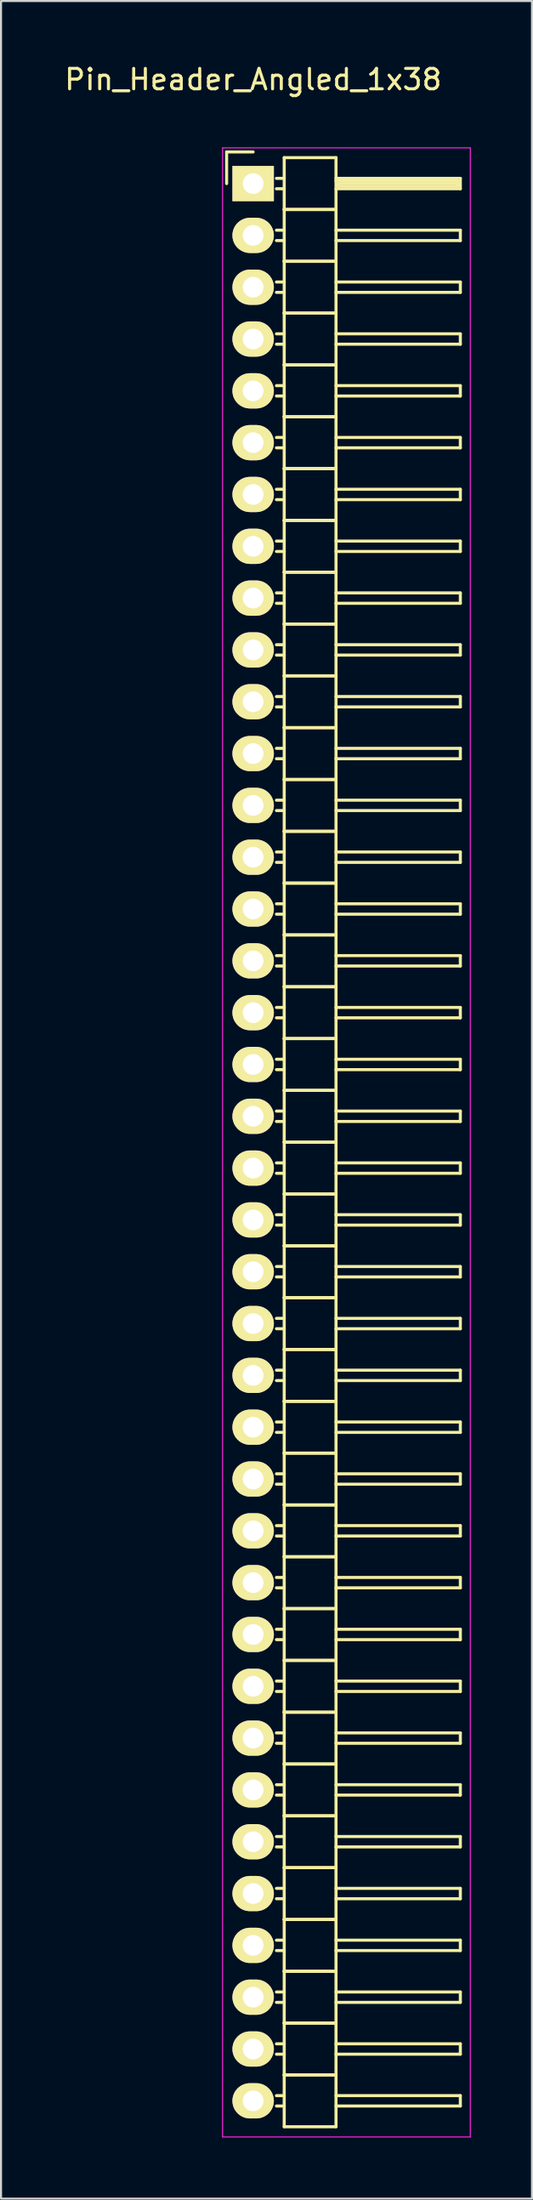
<source format=kicad_pcb>
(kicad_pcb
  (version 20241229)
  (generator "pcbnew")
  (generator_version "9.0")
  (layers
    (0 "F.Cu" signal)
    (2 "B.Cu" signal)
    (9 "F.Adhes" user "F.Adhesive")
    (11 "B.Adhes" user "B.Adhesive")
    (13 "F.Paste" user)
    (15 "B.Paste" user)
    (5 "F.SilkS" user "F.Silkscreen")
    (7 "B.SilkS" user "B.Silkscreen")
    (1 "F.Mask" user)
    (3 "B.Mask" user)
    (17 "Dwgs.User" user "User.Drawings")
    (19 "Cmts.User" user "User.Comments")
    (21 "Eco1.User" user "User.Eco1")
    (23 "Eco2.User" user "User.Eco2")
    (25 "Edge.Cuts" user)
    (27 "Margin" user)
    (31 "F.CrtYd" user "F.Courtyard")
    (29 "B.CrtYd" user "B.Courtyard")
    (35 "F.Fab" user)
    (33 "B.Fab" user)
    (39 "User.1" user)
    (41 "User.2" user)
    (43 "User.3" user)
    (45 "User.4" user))
  (footprint "Pin_Header_Angled_1x38"
    (layer "F.Cu")
    (at 9.363 5.948)
    (property "Reference" "Pin_Header_Angled_1x38" (at 0 -5.1 0) (layer "F.SilkS") (effects (font (size 1 1) (thickness 0.15))))
    (attr through_hole)
    (fp_line (start -1.3 -1.55) (end -1.3 0) (stroke (width 0.15) (type solid)) (layer "F.SilkS"))
    (fp_line (start 0 -1.55) (end -1.3 -1.55) (stroke (width 0.15) (type solid)) (layer "F.SilkS"))
    (fp_line (start 1.524 -1.27) (end 1.524 1.27) (stroke (width 0.15) (type solid)) (layer "F.SilkS"))
    (fp_line (start 1.524 -1.27) (end 4.064 -1.27) (stroke (width 0.15) (type solid)) (layer "F.SilkS"))
    (fp_line (start 1.524 -0.254) (end 1.143 -0.254) (stroke (width 0.15) (type solid)) (layer "F.SilkS"))
    (fp_line (start 1.524 0.254) (end 1.143 0.254) (stroke (width 0.15) (type solid)) (layer "F.SilkS"))
    (fp_line (start 1.524 1.27) (end 1.524 3.81) (stroke (width 0.15) (type solid)) (layer "F.SilkS"))
    (fp_line (start 1.524 1.27) (end 4.064 1.27) (stroke (width 0.15) (type solid)) (layer "F.SilkS"))
    (fp_line (start 1.524 1.27) (end 4.064 1.27) (stroke (width 0.15) (type solid)) (layer "F.SilkS"))
    (fp_line (start 1.524 2.286) (end 1.143 2.286) (stroke (width 0.15) (type solid)) (layer "F.SilkS"))
    (fp_line (start 1.524 2.794) (end 1.143 2.794) (stroke (width 0.15) (type solid)) (layer "F.SilkS"))
    (fp_line (start 1.524 3.81) (end 1.524 6.35) (stroke (width 0.15) (type solid)) (layer "F.SilkS"))
    (fp_line (start 1.524 3.81) (end 4.064 3.81) (stroke (width 0.15) (type solid)) (layer "F.SilkS"))
    (fp_line (start 1.524 3.81) (end 4.064 3.81) (stroke (width 0.15) (type solid)) (layer "F.SilkS"))
    (fp_line (start 1.524 4.826) (end 1.143 4.826) (stroke (width 0.15) (type solid)) (layer "F.SilkS"))
    (fp_line (start 1.524 5.334) (end 1.143 5.334) (stroke (width 0.15) (type solid)) (layer "F.SilkS"))
    (fp_line (start 1.524 6.35) (end 1.524 8.89) (stroke (width 0.15) (type solid)) (layer "F.SilkS"))
    (fp_line (start 1.524 6.35) (end 4.064 6.35) (stroke (width 0.15) (type solid)) (layer "F.SilkS"))
    (fp_line (start 1.524 6.35) (end 4.064 6.35) (stroke (width 0.15) (type solid)) (layer "F.SilkS"))
    (fp_line (start 1.524 7.366) (end 1.143 7.366) (stroke (width 0.15) (type solid)) (layer "F.SilkS"))
    (fp_line (start 1.524 7.874) (end 1.143 7.874) (stroke (width 0.15) (type solid)) (layer "F.SilkS"))
    (fp_line (start 1.524 8.89) (end 1.524 11.43) (stroke (width 0.15) (type solid)) (layer "F.SilkS"))
    (fp_line (start 1.524 8.89) (end 4.064 8.89) (stroke (width 0.15) (type solid)) (layer "F.SilkS"))
    (fp_line (start 1.524 8.89) (end 4.064 8.89) (stroke (width 0.15) (type solid)) (layer "F.SilkS"))
    (fp_line (start 1.524 9.906) (end 1.143 9.906) (stroke (width 0.15) (type solid)) (layer "F.SilkS"))
    (fp_line (start 1.524 10.414) (end 1.143 10.414) (stroke (width 0.15) (type solid)) (layer "F.SilkS"))
    (fp_line (start 1.524 11.43) (end 1.524 13.97) (stroke (width 0.15) (type solid)) (layer "F.SilkS"))
    (fp_line (start 1.524 11.43) (end 4.064 11.43) (stroke (width 0.15) (type solid)) (layer "F.SilkS"))
    (fp_line (start 1.524 11.43) (end 4.064 11.43) (stroke (width 0.15) (type solid)) (layer "F.SilkS"))
    (fp_line (start 1.524 12.446) (end 1.143 12.446) (stroke (width 0.15) (type solid)) (layer "F.SilkS"))
    (fp_line (start 1.524 12.954) (end 1.143 12.954) (stroke (width 0.15) (type solid)) (layer "F.SilkS"))
    (fp_line (start 1.524 13.97) (end 1.524 16.51) (stroke (width 0.15) (type solid)) (layer "F.SilkS"))
    (fp_line (start 1.524 13.97) (end 4.064 13.97) (stroke (width 0.15) (type solid)) (layer "F.SilkS"))
    (fp_line (start 1.524 13.97) (end 4.064 13.97) (stroke (width 0.15) (type solid)) (layer "F.SilkS"))
    (fp_line (start 1.524 14.986) (end 1.143 14.986) (stroke (width 0.15) (type solid)) (layer "F.SilkS"))
    (fp_line (start 1.524 15.494) (end 1.143 15.494) (stroke (width 0.15) (type solid)) (layer "F.SilkS"))
    (fp_line (start 1.524 16.51) (end 1.524 19.05) (stroke (width 0.15) (type solid)) (layer "F.SilkS"))
    (fp_line (start 1.524 16.51) (end 4.064 16.51) (stroke (width 0.15) (type solid)) (layer "F.SilkS"))
    (fp_line (start 1.524 16.51) (end 4.064 16.51) (stroke (width 0.15) (type solid)) (layer "F.SilkS"))
    (fp_line (start 1.524 17.526) (end 1.143 17.526) (stroke (width 0.15) (type solid)) (layer "F.SilkS"))
    (fp_line (start 1.524 18.034) (end 1.143 18.034) (stroke (width 0.15) (type solid)) (layer "F.SilkS"))
    (fp_line (start 1.524 19.05) (end 1.524 21.59) (stroke (width 0.15) (type solid)) (layer "F.SilkS"))
    (fp_line (start 1.524 19.05) (end 4.064 19.05) (stroke (width 0.15) (type solid)) (layer "F.SilkS"))
    (fp_line (start 1.524 19.05) (end 4.064 19.05) (stroke (width 0.15) (type solid)) (layer "F.SilkS"))
    (fp_line (start 1.524 20.066) (end 1.143 20.066) (stroke (width 0.15) (type solid)) (layer "F.SilkS"))
    (fp_line (start 1.524 20.574) (end 1.143 20.574) (stroke (width 0.15) (type solid)) (layer "F.SilkS"))
    (fp_line (start 1.524 21.59) (end 1.524 24.13) (stroke (width 0.15) (type solid)) (layer "F.SilkS"))
    (fp_line (start 1.524 21.59) (end 4.064 21.59) (stroke (width 0.15) (type solid)) (layer "F.SilkS"))
    (fp_line (start 1.524 21.59) (end 4.064 21.59) (stroke (width 0.15) (type solid)) (layer "F.SilkS"))
    (fp_line (start 1.524 22.606) (end 1.143 22.606) (stroke (width 0.15) (type solid)) (layer "F.SilkS"))
    (fp_line (start 1.524 23.114) (end 1.143 23.114) (stroke (width 0.15) (type solid)) (layer "F.SilkS"))
    (fp_line (start 1.524 24.13) (end 1.524 26.67) (stroke (width 0.15) (type solid)) (layer "F.SilkS"))
    (fp_line (start 1.524 24.13) (end 4.064 24.13) (stroke (width 0.15) (type solid)) (layer "F.SilkS"))
    (fp_line (start 1.524 24.13) (end 4.064 24.13) (stroke (width 0.15) (type solid)) (layer "F.SilkS"))
    (fp_line (start 1.524 25.146) (end 1.143 25.146) (stroke (width 0.15) (type solid)) (layer "F.SilkS"))
    (fp_line (start 1.524 25.654) (end 1.143 25.654) (stroke (width 0.15) (type solid)) (layer "F.SilkS"))
    (fp_line (start 1.524 26.67) (end 1.524 29.21) (stroke (width 0.15) (type solid)) (layer "F.SilkS"))
    (fp_line (start 1.524 26.67) (end 4.064 26.67) (stroke (width 0.15) (type solid)) (layer "F.SilkS"))
    (fp_line (start 1.524 26.67) (end 4.064 26.67) (stroke (width 0.15) (type solid)) (layer "F.SilkS"))
    (fp_line (start 1.524 27.686) (end 1.143 27.686) (stroke (width 0.15) (type solid)) (layer "F.SilkS"))
    (fp_line (start 1.524 28.194) (end 1.143 28.194) (stroke (width 0.15) (type solid)) (layer "F.SilkS"))
    (fp_line (start 1.524 29.21) (end 1.524 31.75) (stroke (width 0.15) (type solid)) (layer "F.SilkS"))
    (fp_line (start 1.524 29.21) (end 4.064 29.21) (stroke (width 0.15) (type solid)) (layer "F.SilkS"))
    (fp_line (start 1.524 29.21) (end 4.064 29.21) (stroke (width 0.15) (type solid)) (layer "F.SilkS"))
    (fp_line (start 1.524 30.226) (end 1.143 30.226) (stroke (width 0.15) (type solid)) (layer "F.SilkS"))
    (fp_line (start 1.524 30.734) (end 1.143 30.734) (stroke (width 0.15) (type solid)) (layer "F.SilkS"))
    (fp_line (start 1.524 31.75) (end 1.524 34.29) (stroke (width 0.15) (type solid)) (layer "F.SilkS"))
    (fp_line (start 1.524 31.75) (end 4.064 31.75) (stroke (width 0.15) (type solid)) (layer "F.SilkS"))
    (fp_line (start 1.524 31.75) (end 4.064 31.75) (stroke (width 0.15) (type solid)) (layer "F.SilkS"))
    (fp_line (start 1.524 32.766) (end 1.143 32.766) (stroke (width 0.15) (type solid)) (layer "F.SilkS"))
    (fp_line (start 1.524 33.274) (end 1.143 33.274) (stroke (width 0.15) (type solid)) (layer "F.SilkS"))
    (fp_line (start 1.524 34.29) (end 1.524 36.83) (stroke (width 0.15) (type solid)) (layer "F.SilkS"))
    (fp_line (start 1.524 34.29) (end 4.064 34.29) (stroke (width 0.15) (type solid)) (layer "F.SilkS"))
    (fp_line (start 1.524 34.29) (end 4.064 34.29) (stroke (width 0.15) (type solid)) (layer "F.SilkS"))
    (fp_line (start 1.524 35.306) (end 1.143 35.306) (stroke (width 0.15) (type solid)) (layer "F.SilkS"))
    (fp_line (start 1.524 35.814) (end 1.143 35.814) (stroke (width 0.15) (type solid)) (layer "F.SilkS"))
    (fp_line (start 1.524 36.83) (end 1.524 39.37) (stroke (width 0.15) (type solid)) (layer "F.SilkS"))
    (fp_line (start 1.524 36.83) (end 4.064 36.83) (stroke (width 0.15) (type solid)) (layer "F.SilkS"))
    (fp_line (start 1.524 36.83) (end 4.064 36.83) (stroke (width 0.15) (type solid)) (layer "F.SilkS"))
    (fp_line (start 1.524 37.846) (end 1.143 37.846) (stroke (width 0.15) (type solid)) (layer "F.SilkS"))
    (fp_line (start 1.524 38.354) (end 1.143 38.354) (stroke (width 0.15) (type solid)) (layer "F.SilkS"))
    (fp_line (start 1.524 39.37) (end 1.524 41.91) (stroke (width 0.15) (type solid)) (layer "F.SilkS"))
    (fp_line (start 1.524 39.37) (end 4.064 39.37) (stroke (width 0.15) (type solid)) (layer "F.SilkS"))
    (fp_line (start 1.524 39.37) (end 4.064 39.37) (stroke (width 0.15) (type solid)) (layer "F.SilkS"))
    (fp_line (start 1.524 40.386) (end 1.143 40.386) (stroke (width 0.15) (type solid)) (layer "F.SilkS"))
    (fp_line (start 1.524 40.894) (end 1.143 40.894) (stroke (width 0.15) (type solid)) (layer "F.SilkS"))
    (fp_line (start 1.524 41.91) (end 1.524 44.45) (stroke (width 0.15) (type solid)) (layer "F.SilkS"))
    (fp_line (start 1.524 41.91) (end 4.064 41.91) (stroke (width 0.15) (type solid)) (layer "F.SilkS"))
    (fp_line (start 1.524 41.91) (end 4.064 41.91) (stroke (width 0.15) (type solid)) (layer "F.SilkS"))
    (fp_line (start 1.524 42.926) (end 1.143 42.926) (stroke (width 0.15) (type solid)) (layer "F.SilkS"))
    (fp_line (start 1.524 43.434) (end 1.143 43.434) (stroke (width 0.15) (type solid)) (layer "F.SilkS"))
    (fp_line (start 1.524 44.45) (end 1.524 46.99) (stroke (width 0.15) (type solid)) (layer "F.SilkS"))
    (fp_line (start 1.524 44.45) (end 4.064 44.45) (stroke (width 0.15) (type solid)) (layer "F.SilkS"))
    (fp_line (start 1.524 44.45) (end 4.064 44.45) (stroke (width 0.15) (type solid)) (layer "F.SilkS"))
    (fp_line (start 1.524 45.466) (end 1.143 45.466) (stroke (width 0.15) (type solid)) (layer "F.SilkS"))
    (fp_line (start 1.524 45.974) (end 1.143 45.974) (stroke (width 0.15) (type solid)) (layer "F.SilkS"))
    (fp_line (start 1.524 46.99) (end 1.524 49.53) (stroke (width 0.15) (type solid)) (layer "F.SilkS"))
    (fp_line (start 1.524 46.99) (end 4.064 46.99) (stroke (width 0.15) (type solid)) (layer "F.SilkS"))
    (fp_line (start 1.524 46.99) (end 4.064 46.99) (stroke (width 0.15) (type solid)) (layer "F.SilkS"))
    (fp_line (start 1.524 48.006) (end 1.143 48.006) (stroke (width 0.15) (type solid)) (layer "F.SilkS"))
    (fp_line (start 1.524 48.514) (end 1.143 48.514) (stroke (width 0.15) (type solid)) (layer "F.SilkS"))
    (fp_line (start 1.524 49.53) (end 1.524 52.07) (stroke (width 0.15) (type solid)) (layer "F.SilkS"))
    (fp_line (start 1.524 49.53) (end 4.064 49.53) (stroke (width 0.15) (type solid)) (layer "F.SilkS"))
    (fp_line (start 1.524 49.53) (end 4.064 49.53) (stroke (width 0.15) (type solid)) (layer "F.SilkS"))
    (fp_line (start 1.524 50.546) (end 1.143 50.546) (stroke (width 0.15) (type solid)) (layer "F.SilkS"))
    (fp_line (start 1.524 51.054) (end 1.143 51.054) (stroke (width 0.15) (type solid)) (layer "F.SilkS"))
    (fp_line (start 1.524 52.07) (end 1.524 54.61) (stroke (width 0.15) (type solid)) (layer "F.SilkS"))
    (fp_line (start 1.524 52.07) (end 4.064 52.07) (stroke (width 0.15) (type solid)) (layer "F.SilkS"))
    (fp_line (start 1.524 52.07) (end 4.064 52.07) (stroke (width 0.15) (type solid)) (layer "F.SilkS"))
    (fp_line (start 1.524 53.086) (end 1.143 53.086) (stroke (width 0.15) (type solid)) (layer "F.SilkS"))
    (fp_line (start 1.524 53.594) (end 1.143 53.594) (stroke (width 0.15) (type solid)) (layer "F.SilkS"))
    (fp_line (start 1.524 54.61) (end 1.524 57.15) (stroke (width 0.15) (type solid)) (layer "F.SilkS"))
    (fp_line (start 1.524 54.61) (end 4.064 54.61) (stroke (width 0.15) (type solid)) (layer "F.SilkS"))
    (fp_line (start 1.524 54.61) (end 4.064 54.61) (stroke (width 0.15) (type solid)) (layer "F.SilkS"))
    (fp_line (start 1.524 55.626) (end 1.143 55.626) (stroke (width 0.15) (type solid)) (layer "F.SilkS"))
    (fp_line (start 1.524 56.134) (end 1.143 56.134) (stroke (width 0.15) (type solid)) (layer "F.SilkS"))
    (fp_line (start 1.524 57.15) (end 1.524 59.69) (stroke (width 0.15) (type solid)) (layer "F.SilkS"))
    (fp_line (start 1.524 57.15) (end 4.064 57.15) (stroke (width 0.15) (type solid)) (layer "F.SilkS"))
    (fp_line (start 1.524 57.15) (end 4.064 57.15) (stroke (width 0.15) (type solid)) (layer "F.SilkS"))
    (fp_line (start 1.524 58.166) (end 1.143 58.166) (stroke (width 0.15) (type solid)) (layer "F.SilkS"))
    (fp_line (start 1.524 58.674) (end 1.143 58.674) (stroke (width 0.15) (type solid)) (layer "F.SilkS"))
    (fp_line (start 1.524 59.69) (end 1.524 62.23) (stroke (width 0.15) (type solid)) (layer "F.SilkS"))
    (fp_line (start 1.524 59.69) (end 4.064 59.69) (stroke (width 0.15) (type solid)) (layer "F.SilkS"))
    (fp_line (start 1.524 59.69) (end 4.064 59.69) (stroke (width 0.15) (type solid)) (layer "F.SilkS"))
    (fp_line (start 1.524 60.706) (end 1.143 60.706) (stroke (width 0.15) (type solid)) (layer "F.SilkS"))
    (fp_line (start 1.524 61.214) (end 1.143 61.214) (stroke (width 0.15) (type solid)) (layer "F.SilkS"))
    (fp_line (start 1.524 62.23) (end 1.524 64.77) (stroke (width 0.15) (type solid)) (layer "F.SilkS"))
    (fp_line (start 1.524 62.23) (end 4.064 62.23) (stroke (width 0.15) (type solid)) (layer "F.SilkS"))
    (fp_line (start 1.524 62.23) (end 4.064 62.23) (stroke (width 0.15) (type solid)) (layer "F.SilkS"))
    (fp_line (start 1.524 63.246) (end 1.143 63.246) (stroke (width 0.15) (type solid)) (layer "F.SilkS"))
    (fp_line (start 1.524 63.754) (end 1.143 63.754) (stroke (width 0.15) (type solid)) (layer "F.SilkS"))
    (fp_line (start 1.524 64.77) (end 1.524 67.31) (stroke (width 0.15) (type solid)) (layer "F.SilkS"))
    (fp_line (start 1.524 64.77) (end 4.064 64.77) (stroke (width 0.15) (type solid)) (layer "F.SilkS"))
    (fp_line (start 1.524 64.77) (end 4.064 64.77) (stroke (width 0.15) (type solid)) (layer "F.SilkS"))
    (fp_line (start 1.524 65.786) (end 1.143 65.786) (stroke (width 0.15) (type solid)) (layer "F.SilkS"))
    (fp_line (start 1.524 66.294) (end 1.143 66.294) (stroke (width 0.15) (type solid)) (layer "F.SilkS"))
    (fp_line (start 1.524 67.31) (end 1.524 69.85) (stroke (width 0.15) (type solid)) (layer "F.SilkS"))
    (fp_line (start 1.524 67.31) (end 4.064 67.31) (stroke (width 0.15) (type solid)) (layer "F.SilkS"))
    (fp_line (start 1.524 67.31) (end 4.064 67.31) (stroke (width 0.15) (type solid)) (layer "F.SilkS"))
    (fp_line (start 1.524 68.326) (end 1.143 68.326) (stroke (width 0.15) (type solid)) (layer "F.SilkS"))
    (fp_line (start 1.524 68.834) (end 1.143 68.834) (stroke (width 0.15) (type solid)) (layer "F.SilkS"))
    (fp_line (start 1.524 69.85) (end 1.524 72.39) (stroke (width 0.15) (type solid)) (layer "F.SilkS"))
    (fp_line (start 1.524 69.85) (end 4.064 69.85) (stroke (width 0.15) (type solid)) (layer "F.SilkS"))
    (fp_line (start 1.524 69.85) (end 4.064 69.85) (stroke (width 0.15) (type solid)) (layer "F.SilkS"))
    (fp_line (start 1.524 70.866) (end 1.143 70.866) (stroke (width 0.15) (type solid)) (layer "F.SilkS"))
    (fp_line (start 1.524 71.374) (end 1.143 71.374) (stroke (width 0.15) (type solid)) (layer "F.SilkS"))
    (fp_line (start 1.524 72.39) (end 1.524 74.93) (stroke (width 0.15) (type solid)) (layer "F.SilkS"))
    (fp_line (start 1.524 72.39) (end 4.064 72.39) (stroke (width 0.15) (type solid)) (layer "F.SilkS"))
    (fp_line (start 1.524 72.39) (end 4.064 72.39) (stroke (width 0.15) (type solid)) (layer "F.SilkS"))
    (fp_line (start 1.524 73.406) (end 1.143 73.406) (stroke (width 0.15) (type solid)) (layer "F.SilkS"))
    (fp_line (start 1.524 73.914) (end 1.143 73.914) (stroke (width 0.15) (type solid)) (layer "F.SilkS"))
    (fp_line (start 1.524 74.93) (end 1.524 77.47) (stroke (width 0.15) (type solid)) (layer "F.SilkS"))
    (fp_line (start 1.524 74.93) (end 4.064 74.93) (stroke (width 0.15) (type solid)) (layer "F.SilkS"))
    (fp_line (start 1.524 74.93) (end 4.064 74.93) (stroke (width 0.15) (type solid)) (layer "F.SilkS"))
    (fp_line (start 1.524 75.946) (end 1.143 75.946) (stroke (width 0.15) (type solid)) (layer "F.SilkS"))
    (fp_line (start 1.524 76.454) (end 1.143 76.454) (stroke (width 0.15) (type solid)) (layer "F.SilkS"))
    (fp_line (start 1.524 77.47) (end 1.524 80.01) (stroke (width 0.15) (type solid)) (layer "F.SilkS"))
    (fp_line (start 1.524 77.47) (end 4.064 77.47) (stroke (width 0.15) (type solid)) (layer "F.SilkS"))
    (fp_line (start 1.524 77.47) (end 4.064 77.47) (stroke (width 0.15) (type solid)) (layer "F.SilkS"))
    (fp_line (start 1.524 78.486) (end 1.143 78.486) (stroke (width 0.15) (type solid)) (layer "F.SilkS"))
    (fp_line (start 1.524 78.994) (end 1.143 78.994) (stroke (width 0.15) (type solid)) (layer "F.SilkS"))
    (fp_line (start 1.524 80.01) (end 1.524 82.55) (stroke (width 0.15) (type solid)) (layer "F.SilkS"))
    (fp_line (start 1.524 80.01) (end 4.064 80.01) (stroke (width 0.15) (type solid)) (layer "F.SilkS"))
    (fp_line (start 1.524 80.01) (end 4.064 80.01) (stroke (width 0.15) (type solid)) (layer "F.SilkS"))
    (fp_line (start 1.524 81.026) (end 1.143 81.026) (stroke (width 0.15) (type solid)) (layer "F.SilkS"))
    (fp_line (start 1.524 81.534) (end 1.143 81.534) (stroke (width 0.15) (type solid)) (layer "F.SilkS"))
    (fp_line (start 1.524 82.55) (end 1.524 85.09) (stroke (width 0.15) (type solid)) (layer "F.SilkS"))
    (fp_line (start 1.524 82.55) (end 4.064 82.55) (stroke (width 0.15) (type solid)) (layer "F.SilkS"))
    (fp_line (start 1.524 82.55) (end 4.064 82.55) (stroke (width 0.15) (type solid)) (layer "F.SilkS"))
    (fp_line (start 1.524 83.566) (end 1.143 83.566) (stroke (width 0.15) (type solid)) (layer "F.SilkS"))
    (fp_line (start 1.524 84.074) (end 1.143 84.074) (stroke (width 0.15) (type solid)) (layer "F.SilkS"))
    (fp_line (start 1.524 85.09) (end 1.524 87.63) (stroke (width 0.15) (type solid)) (layer "F.SilkS"))
    (fp_line (start 1.524 85.09) (end 4.064 85.09) (stroke (width 0.15) (type solid)) (layer "F.SilkS"))
    (fp_line (start 1.524 85.09) (end 4.064 85.09) (stroke (width 0.15) (type solid)) (layer "F.SilkS"))
    (fp_line (start 1.524 86.106) (end 1.143 86.106) (stroke (width 0.15) (type solid)) (layer "F.SilkS"))
    (fp_line (start 1.524 86.614) (end 1.143 86.614) (stroke (width 0.15) (type solid)) (layer "F.SilkS"))
    (fp_line (start 1.524 87.63) (end 1.524 90.17) (stroke (width 0.15) (type solid)) (layer "F.SilkS"))
    (fp_line (start 1.524 87.63) (end 4.064 87.63) (stroke (width 0.15) (type solid)) (layer "F.SilkS"))
    (fp_line (start 1.524 87.63) (end 4.064 87.63) (stroke (width 0.15) (type solid)) (layer "F.SilkS"))
    (fp_line (start 1.524 88.646) (end 1.143 88.646) (stroke (width 0.15) (type solid)) (layer "F.SilkS"))
    (fp_line (start 1.524 89.154) (end 1.143 89.154) (stroke (width 0.15) (type solid)) (layer "F.SilkS"))
    (fp_line (start 1.524 90.17) (end 1.524 92.71) (stroke (width 0.15) (type solid)) (layer "F.SilkS"))
    (fp_line (start 1.524 90.17) (end 4.064 90.17) (stroke (width 0.15) (type solid)) (layer "F.SilkS"))
    (fp_line (start 1.524 90.17) (end 4.064 90.17) (stroke (width 0.15) (type solid)) (layer "F.SilkS"))
    (fp_line (start 1.524 91.186) (end 1.143 91.186) (stroke (width 0.15) (type solid)) (layer "F.SilkS"))
    (fp_line (start 1.524 91.694) (end 1.143 91.694) (stroke (width 0.15) (type solid)) (layer "F.SilkS"))
    (fp_line (start 1.524 92.71) (end 1.524 95.25) (stroke (width 0.15) (type solid)) (layer "F.SilkS"))
    (fp_line (start 1.524 92.71) (end 4.064 92.71) (stroke (width 0.15) (type solid)) (layer "F.SilkS"))
    (fp_line (start 1.524 92.71) (end 4.064 92.71) (stroke (width 0.15) (type solid)) (layer "F.SilkS"))
    (fp_line (start 1.524 93.726) (end 1.143 93.726) (stroke (width 0.15) (type solid)) (layer "F.SilkS"))
    (fp_line (start 1.524 94.234) (end 1.143 94.234) (stroke (width 0.15) (type solid)) (layer "F.SilkS"))
    (fp_line (start 1.524 95.25) (end 4.064 95.25) (stroke (width 0.15) (type solid)) (layer "F.SilkS"))
    (fp_line (start 4.064 -0.254) (end 10.16 -0.254) (stroke (width 0.15) (type solid)) (layer "F.SilkS"))
    (fp_line (start 4.064 -0.127) (end 10.033 -0.127) (stroke (width 0.15) (type solid)) (layer "F.SilkS"))
    (fp_line (start 4.064 1.27) (end 4.064 -1.27) (stroke (width 0.15) (type solid)) (layer "F.SilkS"))
    (fp_line (start 4.064 2.286) (end 10.16 2.286) (stroke (width 0.15) (type solid)) (layer "F.SilkS"))
    (fp_line (start 4.064 3.81) (end 4.064 1.27) (stroke (width 0.15) (type solid)) (layer "F.SilkS"))
    (fp_line (start 4.064 4.826) (end 10.16 4.826) (stroke (width 0.15) (type solid)) (layer "F.SilkS"))
    (fp_line (start 4.064 6.35) (end 4.064 3.81) (stroke (width 0.15) (type solid)) (layer "F.SilkS"))
    (fp_line (start 4.064 7.366) (end 10.16 7.366) (stroke (width 0.15) (type solid)) (layer "F.SilkS"))
    (fp_line (start 4.064 8.89) (end 4.064 6.35) (stroke (width 0.15) (type solid)) (layer "F.SilkS"))
    (fp_line (start 4.064 9.906) (end 10.16 9.906) (stroke (width 0.15) (type solid)) (layer "F.SilkS"))
    (fp_line (start 4.064 11.43) (end 4.064 8.89) (stroke (width 0.15) (type solid)) (layer "F.SilkS"))
    (fp_line (start 4.064 12.446) (end 10.16 12.446) (stroke (width 0.15) (type solid)) (layer "F.SilkS"))
    (fp_line (start 4.064 13.97) (end 4.064 11.43) (stroke (width 0.15) (type solid)) (layer "F.SilkS"))
    (fp_line (start 4.064 14.986) (end 10.16 14.986) (stroke (width 0.15) (type solid)) (layer "F.SilkS"))
    (fp_line (start 4.064 16.51) (end 4.064 13.97) (stroke (width 0.15) (type solid)) (layer "F.SilkS"))
    (fp_line (start 4.064 17.526) (end 10.16 17.526) (stroke (width 0.15) (type solid)) (layer "F.SilkS"))
    (fp_line (start 4.064 19.05) (end 4.064 16.51) (stroke (width 0.15) (type solid)) (layer "F.SilkS"))
    (fp_line (start 4.064 20.066) (end 10.16 20.066) (stroke (width 0.15) (type solid)) (layer "F.SilkS"))
    (fp_line (start 4.064 21.59) (end 4.064 19.05) (stroke (width 0.15) (type solid)) (layer "F.SilkS"))
    (fp_line (start 4.064 22.606) (end 10.16 22.606) (stroke (width 0.15) (type solid)) (layer "F.SilkS"))
    (fp_line (start 4.064 24.13) (end 4.064 21.59) (stroke (width 0.15) (type solid)) (layer "F.SilkS"))
    (fp_line (start 4.064 25.146) (end 10.16 25.146) (stroke (width 0.15) (type solid)) (layer "F.SilkS"))
    (fp_line (start 4.064 26.67) (end 4.064 24.13) (stroke (width 0.15) (type solid)) (layer "F.SilkS"))
    (fp_line (start 4.064 27.686) (end 10.16 27.686) (stroke (width 0.15) (type solid)) (layer "F.SilkS"))
    (fp_line (start 4.064 29.21) (end 4.064 26.67) (stroke (width 0.15) (type solid)) (layer "F.SilkS"))
    (fp_line (start 4.064 30.226) (end 10.16 30.226) (stroke (width 0.15) (type solid)) (layer "F.SilkS"))
    (fp_line (start 4.064 31.75) (end 4.064 29.21) (stroke (width 0.15) (type solid)) (layer "F.SilkS"))
    (fp_line (start 4.064 32.766) (end 10.16 32.766) (stroke (width 0.15) (type solid)) (layer "F.SilkS"))
    (fp_line (start 4.064 34.29) (end 4.064 31.75) (stroke (width 0.15) (type solid)) (layer "F.SilkS"))
    (fp_line (start 4.064 35.306) (end 10.16 35.306) (stroke (width 0.15) (type solid)) (layer "F.SilkS"))
    (fp_line (start 4.064 36.83) (end 4.064 34.29) (stroke (width 0.15) (type solid)) (layer "F.SilkS"))
    (fp_line (start 4.064 37.846) (end 10.16 37.846) (stroke (width 0.15) (type solid)) (layer "F.SilkS"))
    (fp_line (start 4.064 39.37) (end 4.064 36.83) (stroke (width 0.15) (type solid)) (layer "F.SilkS"))
    (fp_line (start 4.064 40.386) (end 10.16 40.386) (stroke (width 0.15) (type solid)) (layer "F.SilkS"))
    (fp_line (start 4.064 41.91) (end 4.064 39.37) (stroke (width 0.15) (type solid)) (layer "F.SilkS"))
    (fp_line (start 4.064 42.926) (end 10.16 42.926) (stroke (width 0.15) (type solid)) (layer "F.SilkS"))
    (fp_line (start 4.064 44.45) (end 4.064 41.91) (stroke (width 0.15) (type solid)) (layer "F.SilkS"))
    (fp_line (start 4.064 45.466) (end 10.16 45.466) (stroke (width 0.15) (type solid)) (layer "F.SilkS"))
    (fp_line (start 4.064 46.99) (end 4.064 44.45) (stroke (width 0.15) (type solid)) (layer "F.SilkS"))
    (fp_line (start 4.064 48.006) (end 10.16 48.006) (stroke (width 0.15) (type solid)) (layer "F.SilkS"))
    (fp_line (start 4.064 49.53) (end 4.064 46.99) (stroke (width 0.15) (type solid)) (layer "F.SilkS"))
    (fp_line (start 4.064 50.546) (end 10.16 50.546) (stroke (width 0.15) (type solid)) (layer "F.SilkS"))
    (fp_line (start 4.064 52.07) (end 4.064 49.53) (stroke (width 0.15) (type solid)) (layer "F.SilkS"))
    (fp_line (start 4.064 53.086) (end 10.16 53.086) (stroke (width 0.15) (type solid)) (layer "F.SilkS"))
    (fp_line (start 4.064 54.61) (end 4.064 52.07) (stroke (width 0.15) (type solid)) (layer "F.SilkS"))
    (fp_line (start 4.064 55.626) (end 10.16 55.626) (stroke (width 0.15) (type solid)) (layer "F.SilkS"))
    (fp_line (start 4.064 57.15) (end 4.064 54.61) (stroke (width 0.15) (type solid)) (layer "F.SilkS"))
    (fp_line (start 4.064 58.166) (end 10.16 58.166) (stroke (width 0.15) (type solid)) (layer "F.SilkS"))
    (fp_line (start 4.064 59.69) (end 4.064 57.15) (stroke (width 0.15) (type solid)) (layer "F.SilkS"))
    (fp_line (start 4.064 60.706) (end 10.16 60.706) (stroke (width 0.15) (type solid)) (layer "F.SilkS"))
    (fp_line (start 4.064 62.23) (end 4.064 59.69) (stroke (width 0.15) (type solid)) (layer "F.SilkS"))
    (fp_line (start 4.064 63.246) (end 10.16 63.246) (stroke (width 0.15) (type solid)) (layer "F.SilkS"))
    (fp_line (start 4.064 64.77) (end 4.064 62.23) (stroke (width 0.15) (type solid)) (layer "F.SilkS"))
    (fp_line (start 4.064 65.786) (end 10.16 65.786) (stroke (width 0.15) (type solid)) (layer "F.SilkS"))
    (fp_line (start 4.064 67.31) (end 4.064 64.77) (stroke (width 0.15) (type solid)) (layer "F.SilkS"))
    (fp_line (start 4.064 68.326) (end 10.16 68.326) (stroke (width 0.15) (type solid)) (layer "F.SilkS"))
    (fp_line (start 4.064 69.85) (end 4.064 67.31) (stroke (width 0.15) (type solid)) (layer "F.SilkS"))
    (fp_line (start 4.064 70.866) (end 10.16 70.866) (stroke (width 0.15) (type solid)) (layer "F.SilkS"))
    (fp_line (start 4.064 72.39) (end 4.064 69.85) (stroke (width 0.15) (type solid)) (layer "F.SilkS"))
    (fp_line (start 4.064 73.406) (end 10.16 73.406) (stroke (width 0.15) (type solid)) (layer "F.SilkS"))
    (fp_line (start 4.064 74.93) (end 4.064 72.39) (stroke (width 0.15) (type solid)) (layer "F.SilkS"))
    (fp_line (start 4.064 75.946) (end 10.16 75.946) (stroke (width 0.15) (type solid)) (layer "F.SilkS"))
    (fp_line (start 4.064 77.47) (end 4.064 74.93) (stroke (width 0.15) (type solid)) (layer "F.SilkS"))
    (fp_line (start 4.064 78.486) (end 10.16 78.486) (stroke (width 0.15) (type solid)) (layer "F.SilkS"))
    (fp_line (start 4.064 80.01) (end 4.064 77.47) (stroke (width 0.15) (type solid)) (layer "F.SilkS"))
    (fp_line (start 4.064 81.026) (end 10.16 81.026) (stroke (width 0.15) (type solid)) (layer "F.SilkS"))
    (fp_line (start 4.064 82.55) (end 4.064 80.01) (stroke (width 0.15) (type solid)) (layer "F.SilkS"))
    (fp_line (start 4.064 83.566) (end 10.16 83.566) (stroke (width 0.15) (type solid)) (layer "F.SilkS"))
    (fp_line (start 4.064 85.09) (end 4.064 82.55) (stroke (width 0.15) (type solid)) (layer "F.SilkS"))
    (fp_line (start 4.064 86.106) (end 10.16 86.106) (stroke (width 0.15) (type solid)) (layer "F.SilkS"))
    (fp_line (start 4.064 87.63) (end 4.064 85.09) (stroke (width 0.15) (type solid)) (layer "F.SilkS"))
    (fp_line (start 4.064 88.646) (end 10.16 88.646) (stroke (width 0.15) (type solid)) (layer "F.SilkS"))
    (fp_line (start 4.064 90.17) (end 4.064 87.63) (stroke (width 0.15) (type solid)) (layer "F.SilkS"))
    (fp_line (start 4.064 91.186) (end 10.16 91.186) (stroke (width 0.15) (type solid)) (layer "F.SilkS"))
    (fp_line (start 4.064 92.71) (end 4.064 90.17) (stroke (width 0.15) (type solid)) (layer "F.SilkS"))
    (fp_line (start 4.064 93.726) (end 10.16 93.726) (stroke (width 0.15) (type solid)) (layer "F.SilkS"))
    (fp_line (start 4.064 95.25) (end 4.064 92.71) (stroke (width 0.15) (type solid)) (layer "F.SilkS"))
    (fp_line (start 4.191 0) (end 10.033 0) (stroke (width 0.15) (type solid)) (layer "F.SilkS"))
    (fp_line (start 4.191 0.127) (end 4.191 0) (stroke (width 0.15) (type solid)) (layer "F.SilkS"))
    (fp_line (start 10.033 -0.127) (end 10.033 0.127) (stroke (width 0.15) (type solid)) (layer "F.SilkS"))
    (fp_line (start 10.033 0.127) (end 4.191 0.127) (stroke (width 0.15) (type solid)) (layer "F.SilkS"))
    (fp_line (start 10.16 -0.254) (end 10.16 0.254) (stroke (width 0.15) (type solid)) (layer "F.SilkS"))
    (fp_line (start 10.16 0.254) (end 4.064 0.254) (stroke (width 0.15) (type solid)) (layer "F.SilkS"))
    (fp_line (start 10.16 2.286) (end 10.16 2.794) (stroke (width 0.15) (type solid)) (layer "F.SilkS"))
    (fp_line (start 10.16 2.794) (end 4.064 2.794) (stroke (width 0.15) (type solid)) (layer "F.SilkS"))
    (fp_line (start 10.16 4.826) (end 10.16 5.334) (stroke (width 0.15) (type solid)) (layer "F.SilkS"))
    (fp_line (start 10.16 5.334) (end 4.064 5.334) (stroke (width 0.15) (type solid)) (layer "F.SilkS"))
    (fp_line (start 10.16 7.366) (end 10.16 7.874) (stroke (width 0.15) (type solid)) (layer "F.SilkS"))
    (fp_line (start 10.16 7.874) (end 4.064 7.874) (stroke (width 0.15) (type solid)) (layer "F.SilkS"))
    (fp_line (start 10.16 9.906) (end 10.16 10.414) (stroke (width 0.15) (type solid)) (layer "F.SilkS"))
    (fp_line (start 10.16 10.414) (end 4.064 10.414) (stroke (width 0.15) (type solid)) (layer "F.SilkS"))
    (fp_line (start 10.16 12.446) (end 10.16 12.954) (stroke (width 0.15) (type solid)) (layer "F.SilkS"))
    (fp_line (start 10.16 12.954) (end 4.064 12.954) (stroke (width 0.15) (type solid)) (layer "F.SilkS"))
    (fp_line (start 10.16 14.986) (end 10.16 15.494) (stroke (width 0.15) (type solid)) (layer "F.SilkS"))
    (fp_line (start 10.16 15.494) (end 4.064 15.494) (stroke (width 0.15) (type solid)) (layer "F.SilkS"))
    (fp_line (start 10.16 17.526) (end 10.16 18.034) (stroke (width 0.15) (type solid)) (layer "F.SilkS"))
    (fp_line (start 10.16 18.034) (end 4.064 18.034) (stroke (width 0.15) (type solid)) (layer "F.SilkS"))
    (fp_line (start 10.16 20.066) (end 10.16 20.574) (stroke (width 0.15) (type solid)) (layer "F.SilkS"))
    (fp_line (start 10.16 20.574) (end 4.064 20.574) (stroke (width 0.15) (type solid)) (layer "F.SilkS"))
    (fp_line (start 10.16 22.606) (end 10.16 23.114) (stroke (width 0.15) (type solid)) (layer "F.SilkS"))
    (fp_line (start 10.16 23.114) (end 4.064 23.114) (stroke (width 0.15) (type solid)) (layer "F.SilkS"))
    (fp_line (start 10.16 25.146) (end 10.16 25.654) (stroke (width 0.15) (type solid)) (layer "F.SilkS"))
    (fp_line (start 10.16 25.654) (end 4.064 25.654) (stroke (width 0.15) (type solid)) (layer "F.SilkS"))
    (fp_line (start 10.16 27.686) (end 10.16 28.194) (stroke (width 0.15) (type solid)) (layer "F.SilkS"))
    (fp_line (start 10.16 28.194) (end 4.064 28.194) (stroke (width 0.15) (type solid)) (layer "F.SilkS"))
    (fp_line (start 10.16 30.226) (end 10.16 30.734) (stroke (width 0.15) (type solid)) (layer "F.SilkS"))
    (fp_line (start 10.16 30.734) (end 4.064 30.734) (stroke (width 0.15) (type solid)) (layer "F.SilkS"))
    (fp_line (start 10.16 32.766) (end 10.16 33.274) (stroke (width 0.15) (type solid)) (layer "F.SilkS"))
    (fp_line (start 10.16 33.274) (end 4.064 33.274) (stroke (width 0.15) (type solid)) (layer "F.SilkS"))
    (fp_line (start 10.16 35.306) (end 10.16 35.814) (stroke (width 0.15) (type solid)) (layer "F.SilkS"))
    (fp_line (start 10.16 35.814) (end 4.064 35.814) (stroke (width 0.15) (type solid)) (layer "F.SilkS"))
    (fp_line (start 10.16 37.846) (end 10.16 38.354) (stroke (width 0.15) (type solid)) (layer "F.SilkS"))
    (fp_line (start 10.16 38.354) (end 4.064 38.354) (stroke (width 0.15) (type solid)) (layer "F.SilkS"))
    (fp_line (start 10.16 40.386) (end 10.16 40.894) (stroke (width 0.15) (type solid)) (layer "F.SilkS"))
    (fp_line (start 10.16 40.894) (end 4.064 40.894) (stroke (width 0.15) (type solid)) (layer "F.SilkS"))
    (fp_line (start 10.16 42.926) (end 10.16 43.434) (stroke (width 0.15) (type solid)) (layer "F.SilkS"))
    (fp_line (start 10.16 43.434) (end 4.064 43.434) (stroke (width 0.15) (type solid)) (layer "F.SilkS"))
    (fp_line (start 10.16 45.466) (end 10.16 45.974) (stroke (width 0.15) (type solid)) (layer "F.SilkS"))
    (fp_line (start 10.16 45.974) (end 4.064 45.974) (stroke (width 0.15) (type solid)) (layer "F.SilkS"))
    (fp_line (start 10.16 48.006) (end 10.16 48.514) (stroke (width 0.15) (type solid)) (layer "F.SilkS"))
    (fp_line (start 10.16 48.514) (end 4.064 48.514) (stroke (width 0.15) (type solid)) (layer "F.SilkS"))
    (fp_line (start 10.16 50.546) (end 10.16 51.054) (stroke (width 0.15) (type solid)) (layer "F.SilkS"))
    (fp_line (start 10.16 51.054) (end 4.064 51.054) (stroke (width 0.15) (type solid)) (layer "F.SilkS"))
    (fp_line (start 10.16 53.086) (end 10.16 53.594) (stroke (width 0.15) (type solid)) (layer "F.SilkS"))
    (fp_line (start 10.16 53.594) (end 4.064 53.594) (stroke (width 0.15) (type solid)) (layer "F.SilkS"))
    (fp_line (start 10.16 55.626) (end 10.16 56.134) (stroke (width 0.15) (type solid)) (layer "F.SilkS"))
    (fp_line (start 10.16 56.134) (end 4.064 56.134) (stroke (width 0.15) (type solid)) (layer "F.SilkS"))
    (fp_line (start 10.16 58.166) (end 10.16 58.674) (stroke (width 0.15) (type solid)) (layer "F.SilkS"))
    (fp_line (start 10.16 58.674) (end 4.064 58.674) (stroke (width 0.15) (type solid)) (layer "F.SilkS"))
    (fp_line (start 10.16 60.706) (end 10.16 61.214) (stroke (width 0.15) (type solid)) (layer "F.SilkS"))
    (fp_line (start 10.16 61.214) (end 4.064 61.214) (stroke (width 0.15) (type solid)) (layer "F.SilkS"))
    (fp_line (start 10.16 63.246) (end 10.16 63.754) (stroke (width 0.15) (type solid)) (layer "F.SilkS"))
    (fp_line (start 10.16 63.754) (end 4.064 63.754) (stroke (width 0.15) (type solid)) (layer "F.SilkS"))
    (fp_line (start 10.16 65.786) (end 10.16 66.294) (stroke (width 0.15) (type solid)) (layer "F.SilkS"))
    (fp_line (start 10.16 66.294) (end 4.064 66.294) (stroke (width 0.15) (type solid)) (layer "F.SilkS"))
    (fp_line (start 10.16 68.326) (end 10.16 68.834) (stroke (width 0.15) (type solid)) (layer "F.SilkS"))
    (fp_line (start 10.16 68.834) (end 4.064 68.834) (stroke (width 0.15) (type solid)) (layer "F.SilkS"))
    (fp_line (start 10.16 70.866) (end 10.16 71.374) (stroke (width 0.15) (type solid)) (layer "F.SilkS"))
    (fp_line (start 10.16 71.374) (end 4.064 71.374) (stroke (width 0.15) (type solid)) (layer "F.SilkS"))
    (fp_line (start 10.16 73.406) (end 10.16 73.914) (stroke (width 0.15) (type solid)) (layer "F.SilkS"))
    (fp_line (start 10.16 73.914) (end 4.064 73.914) (stroke (width 0.15) (type solid)) (layer "F.SilkS"))
    (fp_line (start 10.16 75.946) (end 10.16 76.454) (stroke (width 0.15) (type solid)) (layer "F.SilkS"))
    (fp_line (start 10.16 76.454) (end 4.064 76.454) (stroke (width 0.15) (type solid)) (layer "F.SilkS"))
    (fp_line (start 10.16 78.486) (end 10.16 78.994) (stroke (width 0.15) (type solid)) (layer "F.SilkS"))
    (fp_line (start 10.16 78.994) (end 4.064 78.994) (stroke (width 0.15) (type solid)) (layer "F.SilkS"))
    (fp_line (start 10.16 81.026) (end 10.16 81.534) (stroke (width 0.15) (type solid)) (layer "F.SilkS"))
    (fp_line (start 10.16 81.534) (end 4.064 81.534) (stroke (width 0.15) (type solid)) (layer "F.SilkS"))
    (fp_line (start 10.16 83.566) (end 10.16 84.074) (stroke (width 0.15) (type solid)) (layer "F.SilkS"))
    (fp_line (start 10.16 84.074) (end 4.064 84.074) (stroke (width 0.15) (type solid)) (layer "F.SilkS"))
    (fp_line (start 10.16 86.106) (end 10.16 86.614) (stroke (width 0.15) (type solid)) (layer "F.SilkS"))
    (fp_line (start 10.16 86.614) (end 4.064 86.614) (stroke (width 0.15) (type solid)) (layer "F.SilkS"))
    (fp_line (start 10.16 88.646) (end 10.16 89.154) (stroke (width 0.15) (type solid)) (layer "F.SilkS"))
    (fp_line (start 10.16 89.154) (end 4.064 89.154) (stroke (width 0.15) (type solid)) (layer "F.SilkS"))
    (fp_line (start 10.16 91.186) (end 10.16 91.694) (stroke (width 0.15) (type solid)) (layer "F.SilkS"))
    (fp_line (start 10.16 91.694) (end 4.064 91.694) (stroke (width 0.15) (type solid)) (layer "F.SilkS"))
    (fp_line (start 10.16 93.726) (end 10.16 94.234) (stroke (width 0.15) (type solid)) (layer "F.SilkS"))
    (fp_line (start 10.16 94.234) (end 4.064 94.234) (stroke (width 0.15) (type solid)) (layer "F.SilkS"))
    (fp_line (start -1.5 -1.75) (end -1.5 95.75) (stroke (width 0.05) (type solid)) (layer "F.CrtYd"))
    (fp_line (start -1.5 -1.75) (end 10.65 -1.75) (stroke (width 0.05) (type solid)) (layer "F.CrtYd"))
    (fp_line (start -1.5 95.75) (end 10.65 95.75) (stroke (width 0.05) (type solid)) (layer "F.CrtYd"))
    (fp_line (start 10.65 -1.75) (end 10.65 95.75) (stroke (width 0.05) (type solid)) (layer "F.CrtYd"))
    (pad "1" thru_hole rect (at 0 0) (size 2.032 1.727) (drill 1.016) (layers "*.Cu" "*.Mask" "F.SilkS"))
    (pad "2" thru_hole oval (at 0 2.54) (size 2.032 1.727) (drill 1.016) (layers "*.Cu" "*.Mask" "F.SilkS"))
    (pad "3" thru_hole oval (at 0 5.08) (size 2.032 1.727) (drill 1.016) (layers "*.Cu" "*.Mask" "F.SilkS"))
    (pad "4" thru_hole oval (at 0 7.62) (size 2.032 1.727) (drill 1.016) (layers "*.Cu" "*.Mask" "F.SilkS"))
    (pad "5" thru_hole oval (at 0 10.16) (size 2.032 1.727) (drill 1.016) (layers "*.Cu" "*.Mask" "F.SilkS"))
    (pad "6" thru_hole oval (at 0 12.7) (size 2.032 1.727) (drill 1.016) (layers "*.Cu" "*.Mask" "F.SilkS"))
    (pad "7" thru_hole oval (at 0 15.24) (size 2.032 1.727) (drill 1.016) (layers "*.Cu" "*.Mask" "F.SilkS"))
    (pad "8" thru_hole oval (at 0 17.78) (size 2.032 1.727) (drill 1.016) (layers "*.Cu" "*.Mask" "F.SilkS"))
    (pad "9" thru_hole oval (at 0 20.32) (size 2.032 1.727) (drill 1.016) (layers "*.Cu" "*.Mask" "F.SilkS"))
    (pad "10" thru_hole oval (at 0 22.86) (size 2.032 1.727) (drill 1.016) (layers "*.Cu" "*.Mask" "F.SilkS"))
    (pad "11" thru_hole oval (at 0 25.4) (size 2.032 1.727) (drill 1.016) (layers "*.Cu" "*.Mask" "F.SilkS"))
    (pad "12" thru_hole oval (at 0 27.94) (size 2.032 1.727) (drill 1.016) (layers "*.Cu" "*.Mask" "F.SilkS"))
    (pad "13" thru_hole oval (at 0 30.48) (size 2.032 1.727) (drill 1.016) (layers "*.Cu" "*.Mask" "F.SilkS"))
    (pad "14" thru_hole oval (at 0 33.02) (size 2.032 1.727) (drill 1.016) (layers "*.Cu" "*.Mask" "F.SilkS"))
    (pad "15" thru_hole oval (at 0 35.56) (size 2.032 1.727) (drill 1.016) (layers "*.Cu" "*.Mask" "F.SilkS"))
    (pad "16" thru_hole oval (at 0 38.1) (size 2.032 1.727) (drill 1.016) (layers "*.Cu" "*.Mask" "F.SilkS"))
    (pad "17" thru_hole oval (at 0 40.64) (size 2.032 1.727) (drill 1.016) (layers "*.Cu" "*.Mask" "F.SilkS"))
    (pad "18" thru_hole oval (at 0 43.18) (size 2.032 1.727) (drill 1.016) (layers "*.Cu" "*.Mask" "F.SilkS"))
    (pad "19" thru_hole oval (at 0 45.72) (size 2.032 1.727) (drill 1.016) (layers "*.Cu" "*.Mask" "F.SilkS"))
    (pad "20" thru_hole oval (at 0 48.26) (size 2.032 1.727) (drill 1.016) (layers "*.Cu" "*.Mask" "F.SilkS"))
    (pad "21" thru_hole oval (at 0 50.8) (size 2.032 1.727) (drill 1.016) (layers "*.Cu" "*.Mask" "F.SilkS"))
    (pad "22" thru_hole oval (at 0 53.34) (size 2.032 1.727) (drill 1.016) (layers "*.Cu" "*.Mask" "F.SilkS"))
    (pad "23" thru_hole oval (at 0 55.88) (size 2.032 1.727) (drill 1.016) (layers "*.Cu" "*.Mask" "F.SilkS"))
    (pad "24" thru_hole oval (at 0 58.42) (size 2.032 1.727) (drill 1.016) (layers "*.Cu" "*.Mask" "F.SilkS"))
    (pad "25" thru_hole oval (at 0 60.96) (size 2.032 1.727) (drill 1.016) (layers "*.Cu" "*.Mask" "F.SilkS"))
    (pad "26" thru_hole oval (at 0 63.5) (size 2.032 1.727) (drill 1.016) (layers "*.Cu" "*.Mask" "F.SilkS"))
    (pad "27" thru_hole oval (at 0 66.04) (size 2.032 1.727) (drill 1.016) (layers "*.Cu" "*.Mask" "F.SilkS"))
    (pad "28" thru_hole oval (at 0 68.58) (size 2.032 1.727) (drill 1.016) (layers "*.Cu" "*.Mask" "F.SilkS"))
    (pad "29" thru_hole oval (at 0 71.12) (size 2.032 1.727) (drill 1.016) (layers "*.Cu" "*.Mask" "F.SilkS"))
    (pad "30" thru_hole oval (at 0 73.66) (size 2.032 1.727) (drill 1.016) (layers "*.Cu" "*.Mask" "F.SilkS"))
    (pad "31" thru_hole oval (at 0 76.2) (size 2.032 1.727) (drill 1.016) (layers "*.Cu" "*.Mask" "F.SilkS"))
    (pad "32" thru_hole oval (at 0 78.74) (size 2.032 1.727) (drill 1.016) (layers "*.Cu" "*.Mask" "F.SilkS"))
    (pad "33" thru_hole oval (at 0 81.28) (size 2.032 1.727) (drill 1.016) (layers "*.Cu" "*.Mask" "F.SilkS"))
    (pad "34" thru_hole oval (at 0 83.82) (size 2.032 1.727) (drill 1.016) (layers "*.Cu" "*.Mask" "F.SilkS"))
    (pad "35" thru_hole oval (at 0 86.36) (size 2.032 1.727) (drill 1.016) (layers "*.Cu" "*.Mask" "F.SilkS"))
    (pad "36" thru_hole oval (at 0 88.9) (size 2.032 1.727) (drill 1.016) (layers "*.Cu" "*.Mask" "F.SilkS"))
    (pad "37" thru_hole oval (at 0 91.44) (size 2.032 1.727) (drill 1.016) (layers "*.Cu" "*.Mask" "F.SilkS"))
    (pad "38" thru_hole oval (at 0 93.98) (size 2.032 1.727) (drill 1.016) (layers "*.Cu" "*.Mask" "F.SilkS")))
  (gr_rect
    (start -3 -3)
    (end 23.038 104.723)
    (stroke (width 0.1) (type default))
    (fill no)
    (layer "Edge.Cuts")))
</source>
